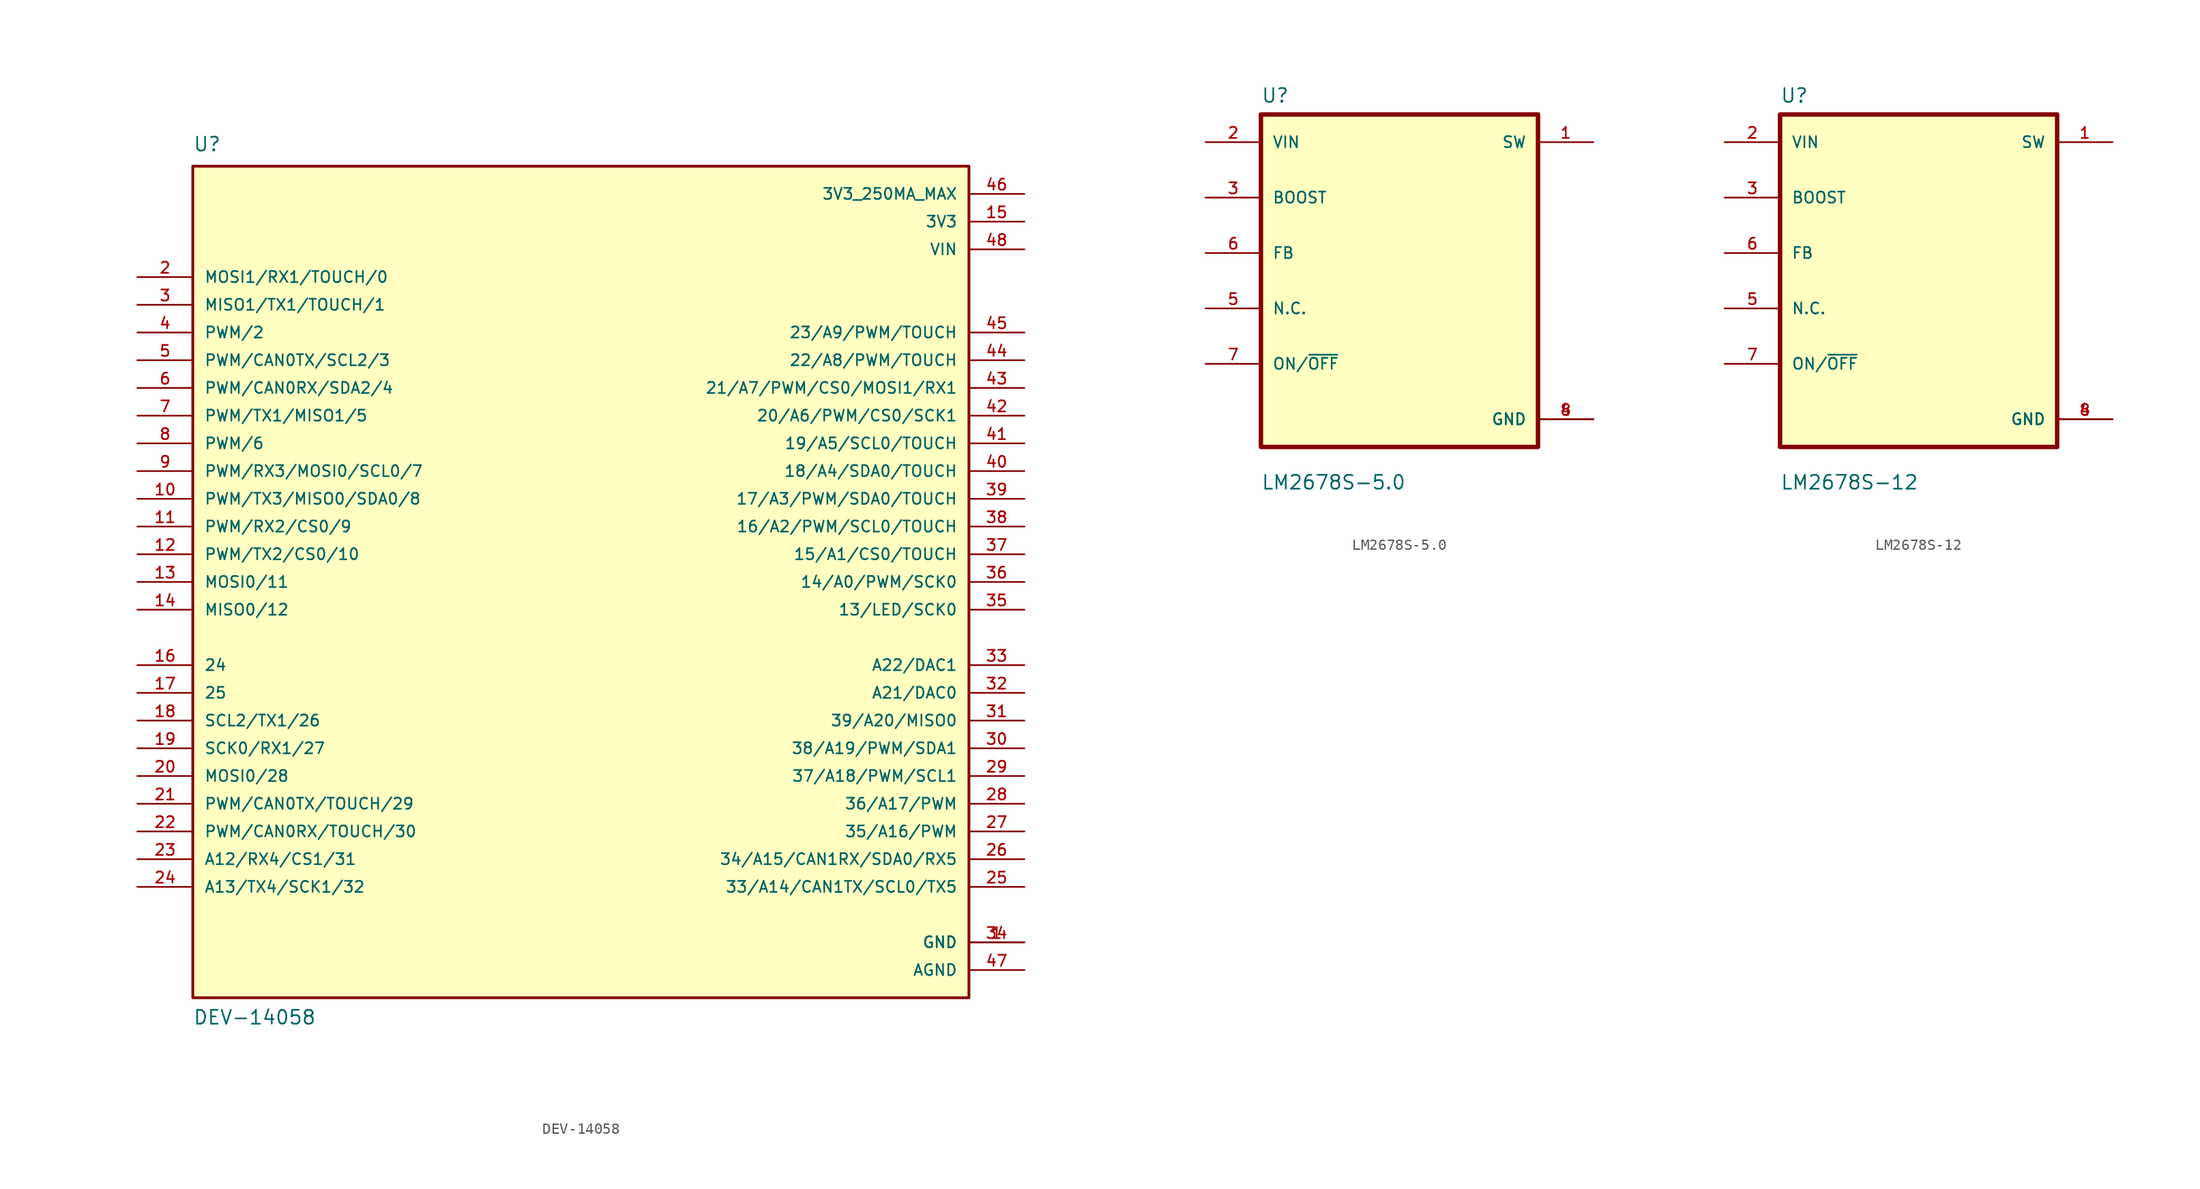
<source format=kicad_sym>
(kicad_symbol_lib
  (version 20211014)
  (generator kicad_symbol_editor)
  (symbol "DEV-14058"
    (pin_names
      (offset 1.016))
    (property "Reference" "U"
      (at -35.56 39.37 0)
      (effects (font (size 1.27 1.27)) (justify left bottom)))
    (property "Value" "DEV-14058"
      (at -35.56 -40.64 0)
      (effects (font (size 1.27 1.27)) (justify left bottom)))
    (property "ki_locked" ""
      (at 0 0 0)
      (effects (font (size 1.27 1.27))))
    (symbol "DEV-14058_0_0"
      (rectangle (start -35.56 -38.1) (end 35.56 38.1) (stroke (width 0.254) (type default) (color 0 0 0 0)) (fill (type background)))
      (pin power_in line (at 40.64 -33.02 180) (length 5.08) (name "GND" (effects (font (size 1.016 1.016)))) (number "1" (effects (font (size 1.016 1.016)))))
      (pin bidirectional line (at -40.64 7.62 0) (length 5.08) (name "PWM/TX3/MISO0/SDA0/8" (effects (font (size 1.016 1.016)))) (number "10" (effects (font (size 1.016 1.016)))))
      (pin bidirectional line (at -40.64 5.08 0) (length 5.08) (name "PWM/RX2/CS0/9" (effects (font (size 1.016 1.016)))) (number "11" (effects (font (size 1.016 1.016)))))
      (pin bidirectional line (at -40.64 2.54 0) (length 5.08) (name "PWM/TX2/CS0/10" (effects (font (size 1.016 1.016)))) (number "12" (effects (font (size 1.016 1.016)))))
      (pin bidirectional line (at -40.64 0 0) (length 5.08) (name "MOSI0/11" (effects (font (size 1.016 1.016)))) (number "13" (effects (font (size 1.016 1.016)))))
      (pin bidirectional line (at -40.64 -2.54 0) (length 5.08) (name "MISO0/12" (effects (font (size 1.016 1.016)))) (number "14" (effects (font (size 1.016 1.016)))))
      (pin power_in line (at 40.64 33.02 180) (length 5.08) (name "3V3" (effects (font (size 1.016 1.016)))) (number "15" (effects (font (size 1.016 1.016)))))
      (pin bidirectional line (at -40.64 -7.62 0) (length 5.08) (name "24" (effects (font (size 1.016 1.016)))) (number "16" (effects (font (size 1.016 1.016)))))
      (pin bidirectional line (at -40.64 -10.16 0) (length 5.08) (name "25" (effects (font (size 1.016 1.016)))) (number "17" (effects (font (size 1.016 1.016)))))
      (pin bidirectional line (at -40.64 -12.7 0) (length 5.08) (name "SCL2/TX1/26" (effects (font (size 1.016 1.016)))) (number "18" (effects (font (size 1.016 1.016)))))
      (pin bidirectional line (at -40.64 -15.24 0) (length 5.08) (name "SCK0/RX1/27" (effects (font (size 1.016 1.016)))) (number "19" (effects (font (size 1.016 1.016)))))
      (pin bidirectional line (at -40.64 27.94 0) (length 5.08) (name "MOSI1/RX1/TOUCH/0" (effects (font (size 1.016 1.016)))) (number "2" (effects (font (size 1.016 1.016)))))
      (pin bidirectional line (at -40.64 -17.78 0) (length 5.08) (name "MOSI0/28" (effects (font (size 1.016 1.016)))) (number "20" (effects (font (size 1.016 1.016)))))
      (pin bidirectional line (at -40.64 -20.32 0) (length 5.08) (name "PWM/CAN0TX/TOUCH/29" (effects (font (size 1.016 1.016)))) (number "21" (effects (font (size 1.016 1.016)))))
      (pin bidirectional line (at -40.64 -22.86 0) (length 5.08) (name "PWM/CAN0RX/TOUCH/30" (effects (font (size 1.016 1.016)))) (number "22" (effects (font (size 1.016 1.016)))))
      (pin bidirectional line (at -40.64 -25.4 0) (length 5.08) (name "A12/RX4/CS1/31" (effects (font (size 1.016 1.016)))) (number "23" (effects (font (size 1.016 1.016)))))
      (pin bidirectional line (at -40.64 -27.94 0) (length 5.08) (name "A13/TX4/SCK1/32" (effects (font (size 1.016 1.016)))) (number "24" (effects (font (size 1.016 1.016)))))
      (pin bidirectional line (at 40.64 -27.94 180) (length 5.08) (name "33/A14/CAN1TX/SCL0/TX5" (effects (font (size 1.016 1.016)))) (number "25" (effects (font (size 1.016 1.016)))))
      (pin bidirectional line (at 40.64 -25.4 180) (length 5.08) (name "34/A15/CAN1RX/SDA0/RX5" (effects (font (size 1.016 1.016)))) (number "26" (effects (font (size 1.016 1.016)))))
      (pin bidirectional line (at 40.64 -22.86 180) (length 5.08) (name "35/A16/PWM" (effects (font (size 1.016 1.016)))) (number "27" (effects (font (size 1.016 1.016)))))
      (pin bidirectional line (at 40.64 -20.32 180) (length 5.08) (name "36/A17/PWM" (effects (font (size 1.016 1.016)))) (number "28" (effects (font (size 1.016 1.016)))))
      (pin bidirectional line (at 40.64 -17.78 180) (length 5.08) (name "37/A18/PWM/SCL1" (effects (font (size 1.016 1.016)))) (number "29" (effects (font (size 1.016 1.016)))))
      (pin bidirectional line (at -40.64 25.4 0) (length 5.08) (name "MISO1/TX1/TOUCH/1" (effects (font (size 1.016 1.016)))) (number "3" (effects (font (size 1.016 1.016)))))
      (pin bidirectional line (at 40.64 -15.24 180) (length 5.08) (name "38/A19/PWM/SDA1" (effects (font (size 1.016 1.016)))) (number "30" (effects (font (size 1.016 1.016)))))
      (pin bidirectional line (at 40.64 -12.7 180) (length 5.08) (name "39/A20/MISO0" (effects (font (size 1.016 1.016)))) (number "31" (effects (font (size 1.016 1.016)))))
      (pin bidirectional line (at 40.64 -10.16 180) (length 5.08) (name "A21/DAC0" (effects (font (size 1.016 1.016)))) (number "32" (effects (font (size 1.016 1.016)))))
      (pin bidirectional line (at 40.64 -7.62 180) (length 5.08) (name "A22/DAC1" (effects (font (size 1.016 1.016)))) (number "33" (effects (font (size 1.016 1.016)))))
      (pin power_in line (at 40.64 -33.02 180) (length 5.08) (name "GND" (effects (font (size 1.016 1.016)))) (number "34" (effects (font (size 1.016 1.016)))))
      (pin bidirectional line (at 40.64 -2.54 180) (length 5.08) (name "13/LED/SCK0" (effects (font (size 1.016 1.016)))) (number "35" (effects (font (size 1.016 1.016)))))
      (pin bidirectional line (at 40.64 0 180) (length 5.08) (name "14/A0/PWM/SCK0" (effects (font (size 1.016 1.016)))) (number "36" (effects (font (size 1.016 1.016)))))
      (pin bidirectional line (at 40.64 2.54 180) (length 5.08) (name "15/A1/CS0/TOUCH" (effects (font (size 1.016 1.016)))) (number "37" (effects (font (size 1.016 1.016)))))
      (pin bidirectional line (at 40.64 5.08 180) (length 5.08) (name "16/A2/PWM/SCL0/TOUCH" (effects (font (size 1.016 1.016)))) (number "38" (effects (font (size 1.016 1.016)))))
      (pin bidirectional line (at 40.64 7.62 180) (length 5.08) (name "17/A3/PWM/SDA0/TOUCH" (effects (font (size 1.016 1.016)))) (number "39" (effects (font (size 1.016 1.016)))))
      (pin bidirectional line (at -40.64 22.86 0) (length 5.08) (name "PWM/2" (effects (font (size 1.016 1.016)))) (number "4" (effects (font (size 1.016 1.016)))))
      (pin bidirectional line (at 40.64 10.16 180) (length 5.08) (name "18/A4/SDA0/TOUCH" (effects (font (size 1.016 1.016)))) (number "40" (effects (font (size 1.016 1.016)))))
      (pin bidirectional line (at 40.64 12.7 180) (length 5.08) (name "19/A5/SCL0/TOUCH" (effects (font (size 1.016 1.016)))) (number "41" (effects (font (size 1.016 1.016)))))
      (pin bidirectional line (at 40.64 15.24 180) (length 5.08) (name "20/A6/PWM/CS0/SCK1" (effects (font (size 1.016 1.016)))) (number "42" (effects (font (size 1.016 1.016)))))
      (pin bidirectional line (at 40.64 17.78 180) (length 5.08) (name "21/A7/PWM/CS0/MOSI1/RX1" (effects (font (size 1.016 1.016)))) (number "43" (effects (font (size 1.016 1.016)))))
      (pin bidirectional line (at 40.64 20.32 180) (length 5.08) (name "22/A8/PWM/TOUCH" (effects (font (size 1.016 1.016)))) (number "44" (effects (font (size 1.016 1.016)))))
      (pin bidirectional line (at 40.64 22.86 180) (length 5.08) (name "23/A9/PWM/TOUCH" (effects (font (size 1.016 1.016)))) (number "45" (effects (font (size 1.016 1.016)))))
      (pin power_in line (at 40.64 35.56 180) (length 5.08) (name "3V3_250MA_MAX" (effects (font (size 1.016 1.016)))) (number "46" (effects (font (size 1.016 1.016)))))
      (pin power_in line (at 40.64 -35.56 180) (length 5.08) (name "AGND" (effects (font (size 1.016 1.016)))) (number "47" (effects (font (size 1.016 1.016)))))
      (pin power_in line (at 40.64 30.48 180) (length 5.08) (name "VIN" (effects (font (size 1.016 1.016)))) (number "48" (effects (font (size 1.016 1.016)))))
      (pin bidirectional line (at -40.64 20.32 0) (length 5.08) (name "PWM/CAN0TX/SCL2/3" (effects (font (size 1.016 1.016)))) (number "5" (effects (font (size 1.016 1.016)))))
      (pin bidirectional line (at -40.64 17.78 0) (length 5.08) (name "PWM/CAN0RX/SDA2/4" (effects (font (size 1.016 1.016)))) (number "6" (effects (font (size 1.016 1.016)))))
      (pin bidirectional line (at -40.64 15.24 0) (length 5.08) (name "PWM/TX1/MISO1/5" (effects (font (size 1.016 1.016)))) (number "7" (effects (font (size 1.016 1.016)))))
      (pin bidirectional line (at -40.64 12.7 0) (length 5.08) (name "PWM/6" (effects (font (size 1.016 1.016)))) (number "8" (effects (font (size 1.016 1.016)))))
      (pin bidirectional line (at -40.64 10.16 0) (length 5.08) (name "PWM/RX3/MOSI0/SCL0/7" (effects (font (size 1.016 1.016)))) (number "9" (effects (font (size 1.016 1.016)))))))
  (symbol "LM2678S-5.0"
    (pin_names
      (offset 1.016))
    (property "Reference" "U"
      (at -12.7 16.231 0)
      (effects (font (size 1.27 1.27)) (justify left bottom)))
    (property "Value" "LM2678S-5.0"
      (at -12.7 -19.228 0)
      (effects (font (size 1.27 1.27)) (justify left bottom)))
    (property "ki_locked" ""
      (at 0 0 0)
      (effects (font (size 1.27 1.27))))
    (symbol "LM2678S-5.0_0_0"
      (rectangle (start -12.7 -15.24) (end 12.7 15.24) (stroke (width 0.406) (type default) (color 0 0 0 0)) (fill (type background)))
      (pin output line (at 17.78 12.7 180) (length 5.08) (name "SW" (effects (font (size 1.016 1.016)))) (number "1" (effects (font (size 1.016 1.016)))))
      (pin input line (at -17.78 12.7 0) (length 5.08) (name "VIN" (effects (font (size 1.016 1.016)))) (number "2" (effects (font (size 1.016 1.016)))))
      (pin bidirectional line (at -17.78 7.62 0) (length 5.08) (name "BOOST" (effects (font (size 1.016 1.016)))) (number "3" (effects (font (size 1.016 1.016)))))
      (pin power_in line (at 17.78 -12.7 180) (length 5.08) (name "GND" (effects (font (size 1.016 1.016)))) (number "4" (effects (font (size 1.016 1.016)))))
      (pin bidirectional line (at -17.78 -2.54 0) (length 5.08) (name "N.C." (effects (font (size 1.016 1.016)))) (number "5" (effects (font (size 1.016 1.016)))))
      (pin bidirectional line (at -17.78 2.54 0) (length 5.08) (name "FB" (effects (font (size 1.016 1.016)))) (number "6" (effects (font (size 1.016 1.016)))))
      (pin bidirectional line (at -17.78 -7.62 0) (length 5.08) (name "ON/~{OFF}" (effects (font (size 1.016 1.016)))) (number "7" (effects (font (size 1.016 1.016)))))
      (pin power_in line (at 17.78 -12.7 180) (length 5.08) (name "GND" (effects (font (size 1.016 1.016)))) (number "8" (effects (font (size 1.016 1.016)))))))
  (symbol "LM2678S-12"
    (pin_names
      (offset 1.016))
    (property "Reference" "U"
      (at -12.7 16.231 0)
      (effects (font (size 1.27 1.27)) (justify left bottom)))
    (property "Value" "LM2678S-12"
      (at -12.7 -19.228 0)
      (effects (font (size 1.27 1.27)) (justify left bottom)))
    (property "ki_locked" ""
      (at 0 0 0)
      (effects (font (size 1.27 1.27))))
    (symbol "LM2678S-12_0_0"
      (rectangle (start -12.7 -15.24) (end 12.7 15.24) (stroke (width 0.406) (type default) (color 0 0 0 0)) (fill (type background)))
      (pin output line (at 17.78 12.7 180) (length 5.08) (name "SW" (effects (font (size 1.016 1.016)))) (number "1" (effects (font (size 1.016 1.016)))))
      (pin input line (at -17.78 12.7 0) (length 5.08) (name "VIN" (effects (font (size 1.016 1.016)))) (number "2" (effects (font (size 1.016 1.016)))))
      (pin bidirectional line (at -17.78 7.62 0) (length 5.08) (name "BOOST" (effects (font (size 1.016 1.016)))) (number "3" (effects (font (size 1.016 1.016)))))
      (pin power_in line (at 17.78 -12.7 180) (length 5.08) (name "GND" (effects (font (size 1.016 1.016)))) (number "4" (effects (font (size 1.016 1.016)))))
      (pin bidirectional line (at -17.78 -2.54 0) (length 5.08) (name "N.C." (effects (font (size 1.016 1.016)))) (number "5" (effects (font (size 1.016 1.016)))))
      (pin bidirectional line (at -17.78 2.54 0) (length 5.08) (name "FB" (effects (font (size 1.016 1.016)))) (number "6" (effects (font (size 1.016 1.016)))))
      (pin bidirectional line (at -17.78 -7.62 0) (length 5.08) (name "ON/~{OFF}" (effects (font (size 1.016 1.016)))) (number "7" (effects (font (size 1.016 1.016)))))
      (pin power_in line (at 17.78 -12.7 180) (length 5.08) (name "GND" (effects (font (size 1.016 1.016)))) (number "8" (effects (font (size 1.016 1.016))))))))
</source>
